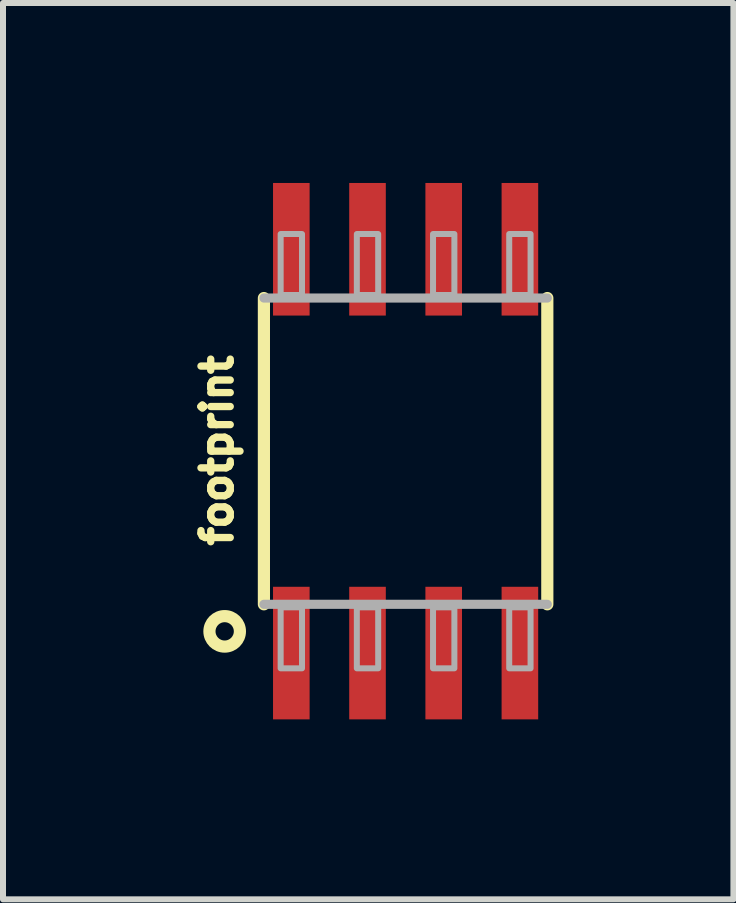
<source format=kicad_pcb>
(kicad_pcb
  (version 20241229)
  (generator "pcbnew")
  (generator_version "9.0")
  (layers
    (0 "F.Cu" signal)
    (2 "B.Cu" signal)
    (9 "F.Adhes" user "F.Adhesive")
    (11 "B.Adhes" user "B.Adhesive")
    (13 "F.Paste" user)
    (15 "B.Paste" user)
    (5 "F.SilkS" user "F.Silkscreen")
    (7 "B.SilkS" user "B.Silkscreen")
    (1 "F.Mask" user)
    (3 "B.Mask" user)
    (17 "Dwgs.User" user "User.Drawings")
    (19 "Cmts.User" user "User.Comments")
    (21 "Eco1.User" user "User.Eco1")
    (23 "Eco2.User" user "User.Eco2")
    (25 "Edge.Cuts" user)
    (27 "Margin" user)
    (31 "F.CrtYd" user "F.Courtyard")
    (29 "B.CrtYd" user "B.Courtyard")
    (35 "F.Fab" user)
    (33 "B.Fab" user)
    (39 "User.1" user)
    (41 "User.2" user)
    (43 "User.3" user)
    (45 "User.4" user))
  (footprint "footprint"
    (layer "F.Cu")
    (at 3.711 4.458)
    (property "Reference" "footprint" (at -2.857 0 90) (layer "F.SilkS") (effects (font (size 0.488 0.488) (thickness 0.122)) (justify bottom)))
    (fp_line (start -2.362 -2.54) (end -2.362 2.565) (stroke (width 0.203) (type solid)) (layer "F.SilkS"))
    (fp_line (start 2.362 2.565) (end 2.362 -2.54) (stroke (width 0.203) (type solid)) (layer "F.SilkS"))
    (fp_circle (center -3.016 3.016) (end -2.762 3.016) (stroke (width 0.203) (type solid)) (fill no) (layer "F.SilkS"))
    (fp_line (start -2.362 2.565) (end 2.362 2.565) (stroke (width 0.152) (type solid)) (layer "F.Fab"))
    (fp_line (start 2.362 -2.54) (end -2.362 -2.54) (stroke (width 0.152) (type solid)) (layer "F.Fab"))
    (fp_poly (pts (xy -2.083 -2.591) (xy -1.727 -2.591) (xy -1.727 -3.607) (xy -2.083 -3.607)) (stroke (width 0.1) (type solid)) (fill no) (layer "F.Fab"))
    (fp_poly (pts (xy -2.083 3.632) (xy -1.727 3.632) (xy -1.727 2.616) (xy -2.083 2.616)) (stroke (width 0.1) (type solid)) (fill no) (layer "F.Fab"))
    (fp_poly (pts (xy -0.813 -2.591) (xy -0.457 -2.591) (xy -0.457 -3.607) (xy -0.813 -3.607)) (stroke (width 0.1) (type solid)) (fill no) (layer "F.Fab"))
    (fp_poly (pts (xy -0.813 3.632) (xy -0.457 3.632) (xy -0.457 2.616) (xy -0.813 2.616)) (stroke (width 0.1) (type solid)) (fill no) (layer "F.Fab"))
    (fp_poly (pts (xy 0.457 -2.591) (xy 0.813 -2.591) (xy 0.813 -3.607) (xy 0.457 -3.607)) (stroke (width 0.1) (type solid)) (fill no) (layer "F.Fab"))
    (fp_poly (pts (xy 0.457 3.632) (xy 0.813 3.632) (xy 0.813 2.616) (xy 0.457 2.616)) (stroke (width 0.1) (type solid)) (fill no) (layer "F.Fab"))
    (fp_poly (pts (xy 1.727 -2.591) (xy 2.083 -2.591) (xy 2.083 -3.607) (xy 1.727 -3.607)) (stroke (width 0.1) (type solid)) (fill no) (layer "F.Fab"))
    (fp_poly (pts (xy 1.727 3.632) (xy 2.083 3.632) (xy 2.083 2.616) (xy 1.727 2.616)) (stroke (width 0.1) (type solid)) (fill no) (layer "F.Fab"))
    (pad "1" smd rect (at -1.905 3.378) (size 0.61 2.21) (layers "F.Cu" "F.Mask" "F.Paste"))
    (pad "2" smd rect (at -0.635 3.378) (size 0.61 2.21) (layers "F.Cu" "F.Mask" "F.Paste"))
    (pad "3" smd rect (at 0.635 3.378) (size 0.61 2.21) (layers "F.Cu" "F.Mask" "F.Paste"))
    (pad "4" smd rect (at 1.905 3.378) (size 0.61 2.21) (layers "F.Cu" "F.Mask" "F.Paste"))
    (pad "5" smd rect (at 1.905 -3.353) (size 0.61 2.21) (layers "F.Cu" "F.Mask" "F.Paste"))
    (pad "6" smd rect (at 0.635 -3.353) (size 0.61 2.21) (layers "F.Cu" "F.Mask" "F.Paste"))
    (pad "7" smd rect (at -0.635 -3.353) (size 0.61 2.21) (layers "F.Cu" "F.Mask" "F.Paste"))
    (pad "8" smd rect (at -1.905 -3.353) (size 0.61 2.21) (layers "F.Cu" "F.Mask" "F.Paste")))
  (gr_rect
    (start -3 -3)
    (end 9.175 11.941)
    (stroke (width 0.1) (type default))
    (fill no)
    (layer "Edge.Cuts")))
</source>
